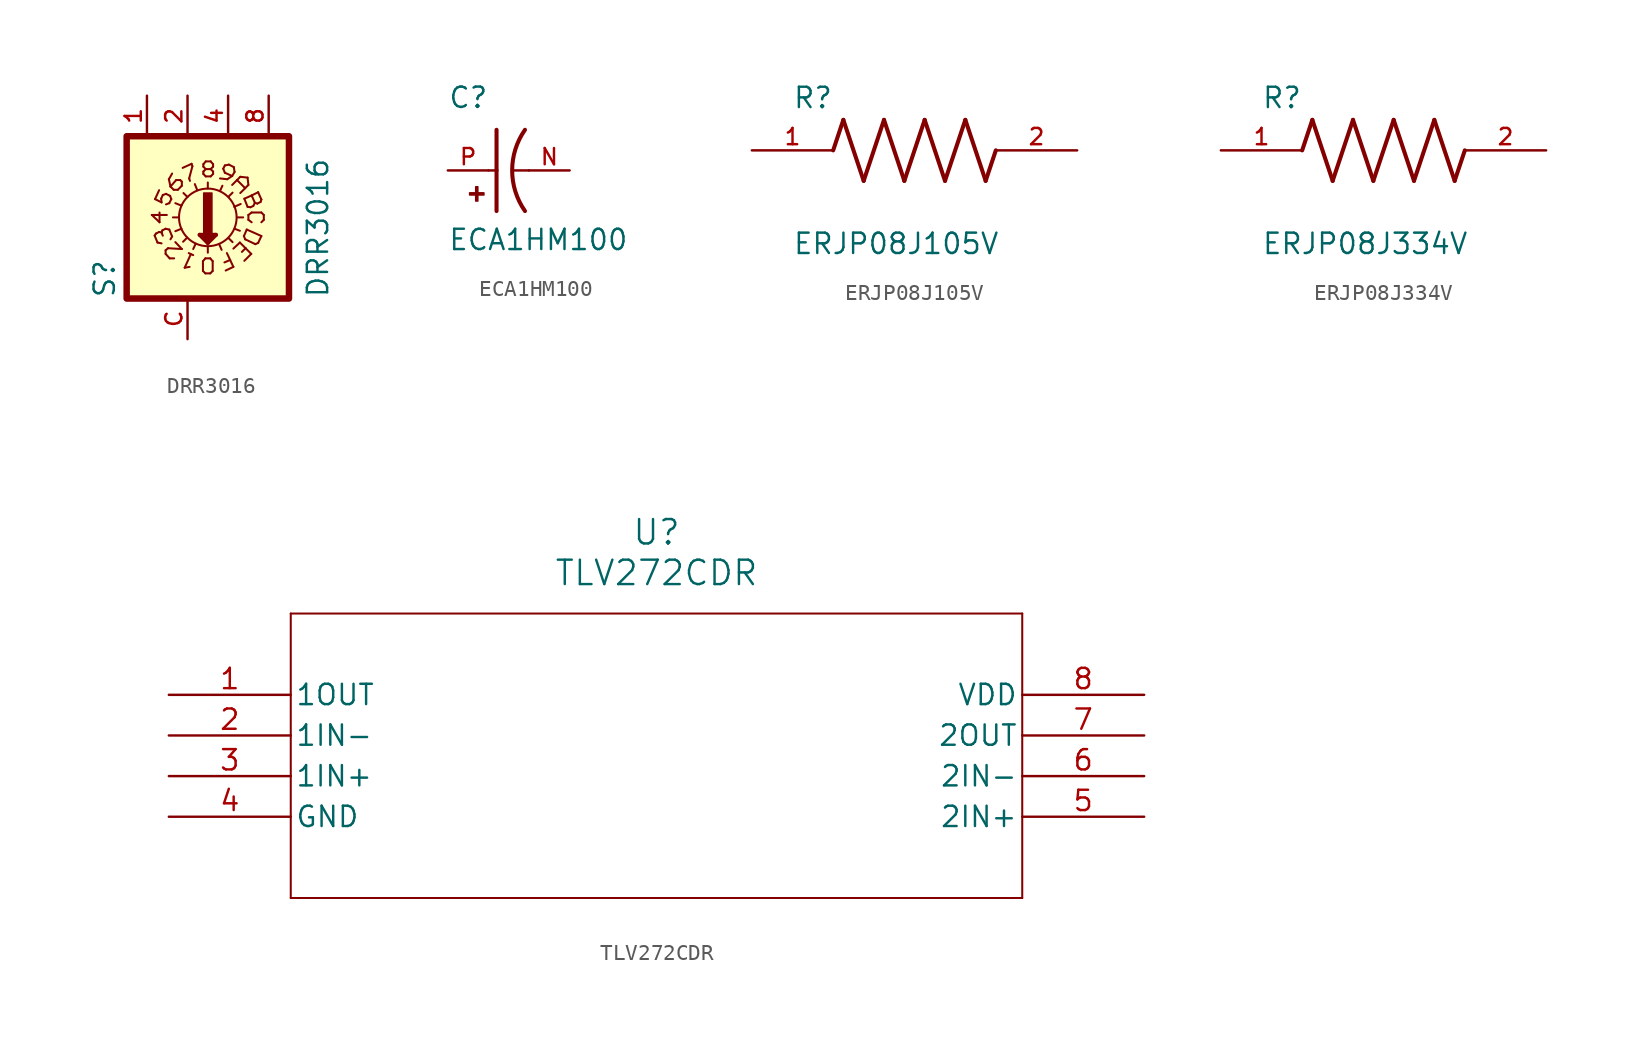
<source format=kicad_sym>
(kicad_symbol_lib
  (version 20241209)
  (generator "kicad_symbol_editor")
  (generator_version "9.0")
  (symbol "DRR3016"
    (pin_names
      (offset 1.016))
    (property "Reference" "S"
      (at -4.45 -5.086 90)
      (effects (font (size 1.27 1.27)) (justify left bottom)))
    (property "Value" "DRR3016"
      (at 8.901 -5.086 90)
      (effects (font (size 1.27 1.27)) (justify left bottom)))
    (symbol "DRR3016_0_0"
      (rectangle (start -3.81 -5.08) (end 6.35 5.08) (stroke (width 0.406) (type default)) (fill (type background)))
      (polyline (pts (xy -2.235 0.152) (xy -1.753 -0.305)) (stroke (width 0.127) (type default)) (fill (type none)))
      (polyline (pts (xy -2.057 -1.143) (xy -1.88 -1.575)) (stroke (width 0.127) (type default)) (fill (type none)))
      (polyline (pts (xy -2.032 1.143) (xy -1.778 1.702)) (stroke (width 0.127) (type default)) (fill (type none)))
      (polyline (pts (xy -2.032 1.143) (xy -1.626 0.94)) (stroke (width 0.127) (type default)) (fill (type none)))
      (polyline (pts (xy -1.981 -1.016) (xy -2.057 -1.143)) (stroke (width 0.127) (type default)) (fill (type none)))
      (polyline (pts (xy -1.778 -0.914) (xy -1.981 -1.016)) (stroke (width 0.127) (type default)) (fill (type none)))
      (polyline (pts (xy -1.753 -0.305) (xy -1.753 0.305)) (stroke (width 0.127) (type default)) (fill (type none)))
      (polyline (pts (xy -1.651 1.168) (xy -1.549 1.397)) (stroke (width 0.127) (type default)) (fill (type none)))
      (polyline (pts (xy -1.626 0.94) (xy -1.651 1.168)) (stroke (width 0.127) (type default)) (fill (type none)))
      (polyline (pts (xy -1.626 -0.94) (xy -1.778 -0.914)) (stroke (width 0.127) (type default)) (fill (type none)))
      (polyline (pts (xy -1.626 -0.94) (xy -1.549 -1.143)) (stroke (width 0.127) (type default)) (fill (type none)))
      (polyline (pts (xy -1.626 -1.626) (xy -1.88 -1.575)) (stroke (width 0.127) (type default)) (fill (type none)))
      (polyline (pts (xy -1.575 -0.813) (xy -1.626 -0.94)) (stroke (width 0.127) (type default)) (fill (type none)))
      (polyline (pts (xy -1.549 1.397) (xy -1.346 1.473)) (stroke (width 0.127) (type default)) (fill (type none)))
      (polyline (pts (xy -1.372 -0.711) (xy -1.575 -0.813)) (stroke (width 0.127) (type default)) (fill (type none)))
      (polyline (pts (xy -1.372 -2.057) (xy -1.219 -1.93)) (stroke (width 0.127) (type default)) (fill (type none)))
      (polyline (pts (xy -1.372 -2.286) (xy -1.372 -2.057)) (stroke (width 0.127) (type default)) (fill (type none)))
      (polyline (pts (xy -1.372 -2.286) (xy -1.118 -2.565)) (stroke (width 0.127) (type default)) (fill (type none)))
      (polyline (pts (xy -1.346 1.473) (xy -1.092 1.346)) (stroke (width 0.127) (type default)) (fill (type none)))
      (polyline (pts (xy -1.295 0.152) (xy -2.235 0.152)) (stroke (width 0.127) (type default)) (fill (type none)))
      (polyline (pts (xy -1.219 -1.93) (xy -0.356 -1.981)) (stroke (width 0.127) (type default)) (fill (type none)))
      (polyline (pts (xy -1.168 2.388) (xy -0.965 2.743)) (stroke (width 0.127) (type default)) (fill (type none)))
      (polyline (pts (xy -1.143 0.889) (xy -1.346 0.813)) (stroke (width 0.127) (type default)) (fill (type none)))
      (polyline (pts (xy -1.143 -0.762) (xy -1.372 -0.711)) (stroke (width 0.127) (type default)) (fill (type none)))
      (polyline (pts (xy -1.143 -0.762) (xy -0.965 -1.194)) (stroke (width 0.127) (type default)) (fill (type none)))
      (polyline (pts (xy -1.118 -2.565) (xy -0.838 -2.565)) (stroke (width 0.127) (type default)) (fill (type none)))
      (polyline (pts (xy -1.092 1.346) (xy -1.016 1.143)) (stroke (width 0.127) (type default)) (fill (type none)))
      (polyline (pts (xy -1.067 1.93) (xy -1.168 2.388)) (stroke (width 0.127) (type default)) (fill (type none)))
      (polyline (pts (xy -1.067 -1.372) (xy -0.965 -1.194)) (stroke (width 0.127) (type default)) (fill (type none)))
      (polyline (pts (xy -1.016 1.143) (xy -1.143 0.889)) (stroke (width 0.127) (type default)) (fill (type none)))
      (polyline (pts (xy -0.914 0) (xy -0.533 0)) (stroke (width 0.127) (type default)) (fill (type none)))
      (polyline (pts (xy -0.864 1.727) (xy -1.067 1.93)) (stroke (width 0.127) (type default)) (fill (type none)))
      (polyline (pts (xy -0.762 -1.549) (xy -0.356 -1.981)) (stroke (width 0.127) (type default)) (fill (type none)))
      (polyline (pts (xy -0.711 2.337) (xy -1.067 1.93)) (stroke (width 0.127) (type default)) (fill (type none)))
      (polyline (pts (xy -0.61 1.727) (xy -0.864 1.727)) (stroke (width 0.127) (type default)) (fill (type none)))
      (polyline (pts (xy -0.61 1.727) (xy -0.356 1.981)) (stroke (width 0.127) (type default)) (fill (type none)))
      (polyline (pts (xy -0.457 2.337) (xy -0.711 2.337)) (stroke (width 0.127) (type default)) (fill (type none)))
      (polyline (pts (xy -0.381 0.737) (xy -0.762 0.889)) (stroke (width 0.127) (type default)) (fill (type none)))
      (polyline (pts (xy -0.381 -0.711) (xy -0.762 -0.864)) (stroke (width 0.127) (type default)) (fill (type none)))
      (polyline (pts (xy -0.356 2.235) (xy -0.457 2.337)) (stroke (width 0.127) (type default)) (fill (type none)))
      (polyline (pts (xy -0.356 1.981) (xy -0.356 2.235)) (stroke (width 0.127) (type default)) (fill (type none)))
      (polyline (pts (xy -0.305 3.099) (xy 0.254 3.353)) (stroke (width 0.127) (type default)) (fill (type none)))
      (polyline (pts (xy -0.178 -3.15) (xy 0.127 -3.099)) (stroke (width 0.127) (type default)) (fill (type none)))
      (polyline (pts (xy -0.025 -1.27) (xy -0.279 -1.524)) (stroke (width 0.127) (type default)) (fill (type none)))
      (polyline (pts (xy 0 1.27) (xy -0.254 1.524)) (stroke (width 0.127) (type default)) (fill (type none)))
      (polyline (pts (xy 0.076 -2.235) (xy 0.356 -2.362)) (stroke (width 0.127) (type default)) (fill (type none)))
      (polyline (pts (xy 0.102 2.438) (xy 0.152 2.286)) (stroke (width 0.127) (type default)) (fill (type none)))
      (polyline (pts (xy 0.203 -2.311) (xy -0.178 -3.15)) (stroke (width 0.127) (type default)) (fill (type none)))
      (polyline (pts (xy 0.254 3.353) (xy 0.305 3.2)) (stroke (width 0.127) (type default)) (fill (type none)))
      (polyline (pts (xy 0.305 3.2) (xy 0.102 2.438)) (stroke (width 0.127) (type default)) (fill (type none)))
      (polyline (pts (xy 0.508 -1.651) (xy 0.356 -1.981)) (stroke (width 0.127) (type default)) (fill (type none)))
      (polyline (pts (xy 0.61 1.702) (xy 0.457 2.083)) (stroke (width 0.127) (type default)) (fill (type none)))
      (polyline (pts (xy 0.762 -1.092) (xy 1.27 -1.6)) (stroke (width 0.254) (type default)) (fill (type none)))
      (polyline (pts (xy 0.965 -2.743) (xy 0.965 -3.353)) (stroke (width 0.127) (type default)) (fill (type none)))
      (polyline (pts (xy 0.965 -3.353) (xy 1.118 -3.505)) (stroke (width 0.127) (type default)) (fill (type none)))
      (polyline (pts (xy 0.991 3.327) (xy 0.991 3.175)) (stroke (width 0.127) (type default)) (fill (type none)))
      (polyline (pts (xy 0.991 3.175) (xy 1.143 3.023)) (stroke (width 0.127) (type default)) (fill (type none)))
      (polyline (pts (xy 0.991 2.87) (xy 0.991 2.718)) (stroke (width 0.127) (type default)) (fill (type none)))
      (polyline (pts (xy 0.991 2.718) (xy 1.143 2.565)) (stroke (width 0.127) (type default)) (fill (type none)))
      (polyline (pts (xy 1.016 -1.219) (xy 1.524 -1.219)) (stroke (width 0.254) (type default)) (fill (type none)))
      (rectangle (start 1.016 -1.016) (end 1.524 1.524) (stroke (width 0.1) (type default)) (fill (type outline)))
      (polyline (pts (xy 1.118 -2.565) (xy 0.965 -2.743)) (stroke (width 0.127) (type default)) (fill (type none)))
      (polyline (pts (xy 1.118 -3.505) (xy 1.422 -3.505)) (stroke (width 0.127) (type default)) (fill (type none)))
      (polyline (pts (xy 1.143 3.505) (xy 0.991 3.327)) (stroke (width 0.127) (type default)) (fill (type none)))
      (polyline (pts (xy 1.143 3.023) (xy 0.991 2.87)) (stroke (width 0.127) (type default)) (fill (type none)))
      (polyline (pts (xy 1.143 3.023) (xy 1.448 3.023)) (stroke (width 0.127) (type default)) (fill (type none)))
      (polyline (pts (xy 1.143 2.565) (xy 1.448 2.565)) (stroke (width 0.127) (type default)) (fill (type none)))
      (polyline (pts (xy 1.27 1.803) (xy 1.27 2.184)) (stroke (width 0.127) (type default)) (fill (type none)))
      (circle (center 1.27 0) (radius 1.803) (stroke (width 0.127) (type default)) (fill (type none)))
      (polyline (pts (xy 1.27 -1.473) (xy 1.27 -1.346)) (stroke (width 0.254) (type default)) (fill (type none)))
      (polyline (pts (xy 1.27 -1.6) (xy 1.778 -1.092)) (stroke (width 0.254) (type default)) (fill (type none)))
      (polyline (pts (xy 1.27 -1.829) (xy 1.27 -2.21)) (stroke (width 0.127) (type default)) (fill (type none)))
      (polyline (pts (xy 1.422 -2.565) (xy 1.118 -2.565)) (stroke (width 0.127) (type default)) (fill (type none)))
      (polyline (pts (xy 1.422 -3.505) (xy 1.575 -3.353)) (stroke (width 0.127) (type default)) (fill (type none)))
      (polyline (pts (xy 1.448 3.505) (xy 1.143 3.505)) (stroke (width 0.127) (type default)) (fill (type none)))
      (polyline (pts (xy 1.448 3.023) (xy 1.6 3.175)) (stroke (width 0.127) (type default)) (fill (type none)))
      (polyline (pts (xy 1.448 2.565) (xy 1.6 2.718)) (stroke (width 0.127) (type default)) (fill (type none)))
      (polyline (pts (xy 1.575 -2.743) (xy 1.422 -2.565)) (stroke (width 0.127) (type default)) (fill (type none)))
      (polyline (pts (xy 1.575 -3.353) (xy 1.575 -2.743)) (stroke (width 0.127) (type default)) (fill (type none)))
      (polyline (pts (xy 1.6 3.327) (xy 1.448 3.505)) (stroke (width 0.127) (type default)) (fill (type none)))
      (polyline (pts (xy 1.6 3.175) (xy 1.6 3.327)) (stroke (width 0.127) (type default)) (fill (type none)))
      (polyline (pts (xy 1.6 2.87) (xy 1.448 3.023)) (stroke (width 0.127) (type default)) (fill (type none)))
      (polyline (pts (xy 1.6 2.718) (xy 1.6 2.87)) (stroke (width 0.127) (type default)) (fill (type none)))
      (polyline (pts (xy 1.778 -1.092) (xy 0.762 -1.092)) (stroke (width 0.254) (type default)) (fill (type none)))
      (polyline (pts (xy 1.981 -1.676) (xy 2.134 -2.032)) (stroke (width 0.127) (type default)) (fill (type none)))
      (polyline (pts (xy 2.032 1.651) (xy 2.184 1.981)) (stroke (width 0.127) (type default)) (fill (type none)))
      (polyline (pts (xy 2.235 3.048) (xy 2.337 2.794)) (stroke (width 0.127) (type default)) (fill (type none)))
      (polyline (pts (xy 2.337 3.251) (xy 2.235 3.048)) (stroke (width 0.127) (type default)) (fill (type none)))
      (polyline (pts (xy 2.337 2.794) (xy 2.794 2.591)) (stroke (width 0.127) (type default)) (fill (type none)))
      (polyline (pts (xy 2.388 -3.327) (xy 2.87 -3.099)) (stroke (width 0.127) (type default)) (fill (type none)))
      (polyline (pts (xy 2.489 2.388) (xy 2.032 2.438)) (stroke (width 0.127) (type default)) (fill (type none)))
      (polyline (pts (xy 2.565 1.295) (xy 2.819 1.549)) (stroke (width 0.127) (type default)) (fill (type none)))
      (polyline (pts (xy 2.565 -1.295) (xy 2.819 -1.549)) (stroke (width 0.127) (type default)) (fill (type none)))
      (polyline (pts (xy 2.591 3.302) (xy 2.337 3.251)) (stroke (width 0.127) (type default)) (fill (type none)))
      (polyline (pts (xy 2.667 -2.667) (xy 2.311 -2.819)) (stroke (width 0.127) (type default)) (fill (type none)))
      (polyline (pts (xy 2.667 -2.667) (xy 2.464 -2.235)) (stroke (width 0.127) (type default)) (fill (type none)))
      (polyline (pts (xy 2.794 2.591) (xy 2.489 2.388)) (stroke (width 0.127) (type default)) (fill (type none)))
      (polyline (pts (xy 2.794 2.032) (xy 3.099 2.337)) (stroke (width 0.127) (type default)) (fill (type none)))
      (polyline (pts (xy 2.87 -3.099) (xy 2.667 -2.667)) (stroke (width 0.127) (type default)) (fill (type none)))
      (polyline (pts (xy 2.896 3.15) (xy 2.591 3.302)) (stroke (width 0.127) (type default)) (fill (type none)))
      (polyline (pts (xy 2.896 3.15) (xy 2.946 2.845)) (stroke (width 0.127) (type default)) (fill (type none)))
      (polyline (pts (xy 2.921 0.66) (xy 3.327 0.838)) (stroke (width 0.127) (type default)) (fill (type none)))
      (polyline (pts (xy 2.946 2.845) (xy 2.794 2.591)) (stroke (width 0.127) (type default)) (fill (type none)))
      (polyline (pts (xy 2.946 -0.711) (xy 3.277 -0.838)) (stroke (width 0.127) (type default)) (fill (type none)))
      (polyline (pts (xy 3.099 2.337) (xy 3.302 2.54)) (stroke (width 0.127) (type default)) (fill (type none)))
      (polyline (pts (xy 3.099 2.337) (xy 3.607 1.829)) (stroke (width 0.127) (type default)) (fill (type none)))
      (polyline (pts (xy 3.099 0) (xy 3.48 0)) (stroke (width 0.127) (type default)) (fill (type none)))
      (polyline (pts (xy 3.277 -1.575) (xy 2.87 -1.956)) (stroke (width 0.127) (type default)) (fill (type none)))
      (polyline (pts (xy 3.277 -1.575) (xy 3.632 -1.93)) (stroke (width 0.127) (type default)) (fill (type none)))
      (polyline (pts (xy 3.302 2.54) (xy 3.759 2.489)) (stroke (width 0.127) (type default)) (fill (type none)))
      (polyline (pts (xy 3.531 -1.168) (xy 3.607 -1.372)) (stroke (width 0.127) (type default)) (fill (type none)))
      (polyline (pts (xy 3.556 1.168) (xy 4.013 1.372)) (stroke (width 0.127) (type default)) (fill (type none)))
      (polyline (pts (xy 3.607 1.829) (xy 3.302 1.524)) (stroke (width 0.127) (type default)) (fill (type none)))
      (polyline (pts (xy 3.607 -1.372) (xy 4.242 -1.676)) (stroke (width 0.127) (type default)) (fill (type none)))
      (polyline (pts (xy 3.632 -1.93) (xy 3.404 -2.159)) (stroke (width 0.127) (type default)) (fill (type none)))
      (polyline (pts (xy 3.632 -1.93) (xy 3.988 -2.286)) (stroke (width 0.127) (type default)) (fill (type none)))
      (polyline (pts (xy 3.708 -0.762) (xy 3.531 -1.168)) (stroke (width 0.127) (type default)) (fill (type none)))
      (polyline (pts (xy 3.759 2.489) (xy 3.81 2.032)) (stroke (width 0.127) (type default)) (fill (type none)))
      (polyline (pts (xy 3.759 0.66) (xy 3.556 1.168)) (stroke (width 0.127) (type default)) (fill (type none)))
      (polyline (pts (xy 3.81 2.032) (xy 3.607 1.829)) (stroke (width 0.127) (type default)) (fill (type none)))
      (polyline (pts (xy 3.81 0.152) (xy 3.81 -0.152)) (stroke (width 0.127) (type default)) (fill (type none)))
      (polyline (pts (xy 3.81 -0.152) (xy 4.013 -0.305)) (stroke (width 0.127) (type default)) (fill (type none)))
      (polyline (pts (xy 3.937 0.635) (xy 3.759 0.66)) (stroke (width 0.127) (type default)) (fill (type none)))
      (polyline (pts (xy 3.988 -2.286) (xy 3.556 -2.718)) (stroke (width 0.127) (type default)) (fill (type none)))
      (polyline (pts (xy 4.013 1.372) (xy 4.42 1.575)) (stroke (width 0.127) (type default)) (fill (type none)))
      (polyline (pts (xy 4.013 0.305) (xy 3.81 0.152)) (stroke (width 0.127) (type default)) (fill (type none)))
      (polyline (pts (xy 4.013 0.305) (xy 4.623 0.305)) (stroke (width 0.127) (type default)) (fill (type none)))
      (polyline (pts (xy 4.115 0.711) (xy 3.937 0.635)) (stroke (width 0.127) (type default)) (fill (type none)))
      (polyline (pts (xy 4.216 0.914) (xy 4.013 1.372)) (stroke (width 0.127) (type default)) (fill (type none)))
      (polyline (pts (xy 4.216 0.914) (xy 4.115 0.711)) (stroke (width 0.127) (type default)) (fill (type none)))
      (polyline (pts (xy 4.242 -1.676) (xy 4.42 -1.6)) (stroke (width 0.127) (type default)) (fill (type none)))
      (polyline (pts (xy 4.369 0.864) (xy 4.216 0.914)) (stroke (width 0.127) (type default)) (fill (type none)))
      (polyline (pts (xy 4.42 1.575) (xy 4.623 1.118)) (stroke (width 0.127) (type default)) (fill (type none)))
      (polyline (pts (xy 4.42 -1.6) (xy 4.623 -1.168)) (stroke (width 0.127) (type default)) (fill (type none)))
      (polyline (pts (xy 4.572 0.965) (xy 4.369 0.864)) (stroke (width 0.127) (type default)) (fill (type none)))
      (polyline (pts (xy 4.623 1.118) (xy 4.572 0.965)) (stroke (width 0.127) (type default)) (fill (type none)))
      (polyline (pts (xy 4.623 0.305) (xy 4.775 0.152)) (stroke (width 0.127) (type default)) (fill (type none)))
      (polyline (pts (xy 4.623 -1.168) (xy 3.708 -0.762)) (stroke (width 0.127) (type default)) (fill (type none)))
      (polyline (pts (xy 4.775 0.152) (xy 4.775 -0.152)) (stroke (width 0.127) (type default)) (fill (type none)))
      (polyline (pts (xy 4.775 -0.152) (xy 4.623 -0.305)) (stroke (width 0.127) (type default)) (fill (type none)))
      (pin passive line (at -2.54 7.62 270) (length 2.54) (name "~" (effects (font (size 1.016 1.016)))) (number "1" (effects (font (size 1.016 1.016)))))
      (pin passive line (at 0 7.62 270) (length 2.54) (name "~" (effects (font (size 1.016 1.016)))) (number "2" (effects (font (size 1.016 1.016)))))
      (pin passive line (at 0 -7.62 90) (length 2.54) (name "~" (effects (font (size 1.016 1.016)))) (number "C" (effects (font (size 1.016 1.016)))))
      (pin passive line (at 2.54 7.62 270) (length 2.54) (name "~" (effects (font (size 1.016 1.016)))) (number "4" (effects (font (size 1.016 1.016)))))
      (pin passive line (at 5.08 7.62 270) (length 2.54) (name "~" (effects (font (size 1.016 1.016)))) (number "8" (effects (font (size 1.016 1.016)))))))
  (symbol "ECA1HM100"
    (pin_names
      (offset 1.016))
    (property "Reference" "C"
      (at -2.54 3.81 0)
      (effects (font (size 1.27 1.27)) (justify left bottom)))
    (property "Value" "ECA1HM100"
      (at -2.54 -5.08 0)
      (effects (font (size 1.27 1.27)) (justify left bottom)))
    (symbol "ECA1HM100_0_0"
      (rectangle (start -1.173 -1.532) (end -0.284 -1.405) (stroke (width 0.1) (type default)) (fill (type outline)))
      (rectangle (start -0.792 -1.913) (end -0.665 -1.024) (stroke (width 0.1) (type default)) (fill (type outline)))
      (polyline (pts (xy 0 0) (xy 0.508 0)) (stroke (width 0.152) (type default)) (fill (type none)))
      (polyline (pts (xy 0.508 2.54) (xy 0.508 0)) (stroke (width 0.254) (type default)) (fill (type none)))
      (polyline (pts (xy 0.508 0) (xy 0.508 -2.54)) (stroke (width 0.254) (type default)) (fill (type none)))
      (polyline (pts (xy 2.54 0) (xy 1.524 0)) (stroke (width 0.152) (type default)) (fill (type none)))
      (arc (start 2.286 -2.54) (mid 1.4851 0) (end 2.286 2.54) (stroke (width 0.254) (type default)) (fill (type none)))
      (pin passive line (at -2.54 0 0) (length 2.54) (name "~" (effects (font (size 1.016 1.016)))) (number "P" (effects (font (size 1.016 1.016)))))
      (pin passive line (at 5.08 0 180) (length 2.54) (name "~" (effects (font (size 1.016 1.016)))) (number "N" (effects (font (size 1.016 1.016)))))))
  (symbol "ERJP08J105V"
    (pin_names
      (offset 1.016))
    (property "Reference" "R"
      (at -7.624 2.541 0)
      (effects (font (size 1.27 1.27)) (justify left bottom)))
    (property "Value" "ERJP08J105V"
      (at -7.624 -5.087 0)
      (effects (font (size 1.27 1.27)) (justify left top)))
    (symbol "ERJP08J105V_0_0"
      (polyline (pts (xy -5.08 0) (xy -4.445 1.905)) (stroke (width 0.254) (type default)) (fill (type none)))
      (polyline (pts (xy -4.445 1.905) (xy -3.175 -1.905)) (stroke (width 0.254) (type default)) (fill (type none)))
      (polyline (pts (xy -3.175 -1.905) (xy -1.905 1.905)) (stroke (width 0.254) (type default)) (fill (type none)))
      (polyline (pts (xy -1.905 1.905) (xy -0.635 -1.905)) (stroke (width 0.254) (type default)) (fill (type none)))
      (polyline (pts (xy -0.635 -1.905) (xy 0.635 1.905)) (stroke (width 0.254) (type default)) (fill (type none)))
      (polyline (pts (xy 0.635 1.905) (xy 1.905 -1.905)) (stroke (width 0.254) (type default)) (fill (type none)))
      (polyline (pts (xy 1.905 -1.905) (xy 3.175 1.905)) (stroke (width 0.254) (type default)) (fill (type none)))
      (polyline (pts (xy 3.175 1.905) (xy 4.445 -1.905)) (stroke (width 0.254) (type default)) (fill (type none)))
      (polyline (pts (xy 4.445 -1.905) (xy 5.08 0)) (stroke (width 0.254) (type default)) (fill (type none)))
      (pin passive line (at -10.16 0 0) (length 5.08) (name "~" (effects (font (size 1.016 1.016)))) (number "1" (effects (font (size 1.016 1.016)))))
      (pin passive line (at 10.16 0 180) (length 5.08) (name "~" (effects (font (size 1.016 1.016)))) (number "2" (effects (font (size 1.016 1.016)))))))
  (symbol "ERJP08J334V"
    (pin_names
      (offset 1.016))
    (property "Reference" "R"
      (at -7.624 2.541 0)
      (effects (font (size 1.27 1.27)) (justify left bottom)))
    (property "Value" "ERJP08J334V"
      (at -7.624 -5.087 0)
      (effects (font (size 1.27 1.27)) (justify left top)))
    (symbol "ERJP08J334V_0_0"
      (polyline (pts (xy -5.08 0) (xy -4.445 1.905)) (stroke (width 0.254) (type default)) (fill (type none)))
      (polyline (pts (xy -4.445 1.905) (xy -3.175 -1.905)) (stroke (width 0.254) (type default)) (fill (type none)))
      (polyline (pts (xy -3.175 -1.905) (xy -1.905 1.905)) (stroke (width 0.254) (type default)) (fill (type none)))
      (polyline (pts (xy -1.905 1.905) (xy -0.635 -1.905)) (stroke (width 0.254) (type default)) (fill (type none)))
      (polyline (pts (xy -0.635 -1.905) (xy 0.635 1.905)) (stroke (width 0.254) (type default)) (fill (type none)))
      (polyline (pts (xy 0.635 1.905) (xy 1.905 -1.905)) (stroke (width 0.254) (type default)) (fill (type none)))
      (polyline (pts (xy 1.905 -1.905) (xy 3.175 1.905)) (stroke (width 0.254) (type default)) (fill (type none)))
      (polyline (pts (xy 3.175 1.905) (xy 4.445 -1.905)) (stroke (width 0.254) (type default)) (fill (type none)))
      (polyline (pts (xy 4.445 -1.905) (xy 5.08 0)) (stroke (width 0.254) (type default)) (fill (type none)))
      (pin passive line (at -10.16 0 0) (length 5.08) (name "~" (effects (font (size 1.016 1.016)))) (number "1" (effects (font (size 1.016 1.016)))))
      (pin passive line (at 10.16 0 180) (length 5.08) (name "~" (effects (font (size 1.016 1.016)))) (number "2" (effects (font (size 1.016 1.016)))))))
  (symbol "TLV272CDR"
    (pin_names
      (offset 0.254))
    (property "Reference" "U"
      (at 30.48 10.16 0)
      (effects (font (size 1.524 1.524))))
    (property "Value" "TLV272CDR"
      (at 30.48 7.62 0)
      (effects (font (size 1.524 1.524))))
    (property "ki_locked" ""
      (at 0 0 0)
      (effects (font (size 1.27 1.27))))
    (symbol "TLV272CDR_0_1"
      (polyline (pts (xy 7.62 5.08) (xy 7.62 -12.7)) (stroke (width 0.127) (type default)) (fill (type none)))
      (polyline (pts (xy 7.62 -12.7) (xy 53.34 -12.7)) (stroke (width 0.127) (type default)) (fill (type none)))
      (polyline (pts (xy 53.34 5.08) (xy 7.62 5.08)) (stroke (width 0.127) (type default)) (fill (type none)))
      (polyline (pts (xy 53.34 -12.7) (xy 53.34 5.08)) (stroke (width 0.127) (type default)) (fill (type none)))
      (pin output line (at 0 0 0) (length 7.62) (name "1OUT" (effects (font (size 1.27 1.27)))) (number "1" (effects (font (size 1.27 1.27)))))
      (pin input line (at 0 -2.54 0) (length 7.62) (name "1IN-" (effects (font (size 1.27 1.27)))) (number "2" (effects (font (size 1.27 1.27)))))
      (pin input line (at 0 -5.08 0) (length 7.62) (name "1IN+" (effects (font (size 1.27 1.27)))) (number "3" (effects (font (size 1.27 1.27)))))
      (pin power_in line (at 0 -7.62 0) (length 7.62) (name "GND" (effects (font (size 1.27 1.27)))) (number "4" (effects (font (size 1.27 1.27)))))
      (pin power_in line (at 60.96 0 180) (length 7.62) (name "VDD" (effects (font (size 1.27 1.27)))) (number "8" (effects (font (size 1.27 1.27)))))
      (pin output line (at 60.96 -2.54 180) (length 7.62) (name "2OUT" (effects (font (size 1.27 1.27)))) (number "7" (effects (font (size 1.27 1.27)))))
      (pin input line (at 60.96 -5.08 180) (length 7.62) (name "2IN-" (effects (font (size 1.27 1.27)))) (number "6" (effects (font (size 1.27 1.27)))))
      (pin input line (at 60.96 -7.62 180) (length 7.62) (name "2IN+" (effects (font (size 1.27 1.27)))) (number "5" (effects (font (size 1.27 1.27))))))))
</source>
